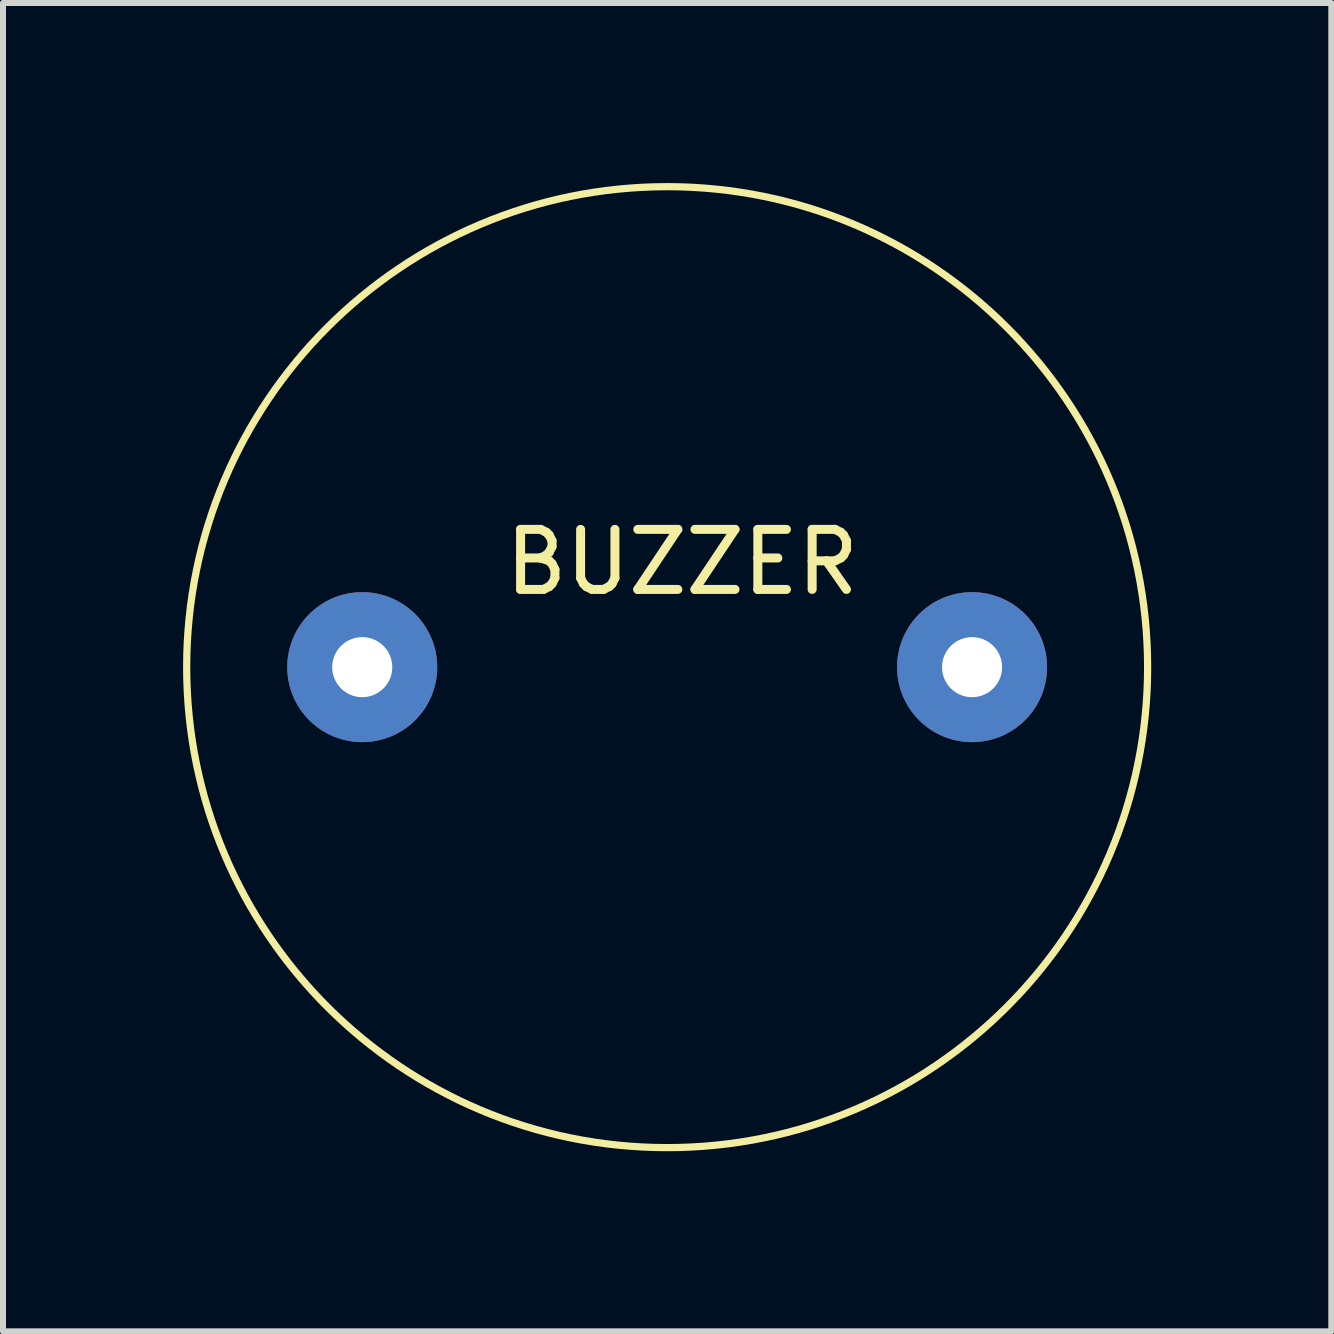
<source format=kicad_pcb>
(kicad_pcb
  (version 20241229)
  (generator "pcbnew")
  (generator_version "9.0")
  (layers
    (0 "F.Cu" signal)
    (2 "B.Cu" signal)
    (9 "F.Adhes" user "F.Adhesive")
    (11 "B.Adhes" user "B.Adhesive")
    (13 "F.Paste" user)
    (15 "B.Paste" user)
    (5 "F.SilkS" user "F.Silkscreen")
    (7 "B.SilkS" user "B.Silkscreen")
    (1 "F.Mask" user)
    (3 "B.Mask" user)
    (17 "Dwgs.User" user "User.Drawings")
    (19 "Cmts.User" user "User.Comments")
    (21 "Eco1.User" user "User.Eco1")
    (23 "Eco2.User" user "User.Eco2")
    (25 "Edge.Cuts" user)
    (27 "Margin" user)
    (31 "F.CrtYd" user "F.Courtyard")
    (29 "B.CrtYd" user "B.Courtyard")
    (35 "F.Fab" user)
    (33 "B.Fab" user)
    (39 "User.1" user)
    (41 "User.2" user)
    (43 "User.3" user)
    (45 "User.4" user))
  (footprint "BUZZER"
    (layer "F.Cu")
    (at 8.065 8.065)
    (property "Reference" "BUZZER" (at 0.249 -1.75 0) (layer "F.SilkS") (effects (font (size 1 1) (thickness 0.15))))
    (attr through_hole)
    (fp_circle (center 0 0) (end 8.001 0.249) (stroke (width 0.12) (type solid)) (fill no) (layer "F.SilkS"))
    (pad "1" thru_hole circle (at -5.08 0) (size 2.499 2.499) (drill 1.001) (layers "*.Cu" "*.Mask"))
    (pad "2" thru_hole circle (at 5.08 0) (size 2.499 2.499) (drill 1.001) (layers "*.Cu" "*.Mask")))
  (gr_rect
    (start -3 -3)
    (end 19.13 19.13)
    (stroke (width 0.1) (type default))
    (fill no)
    (layer "Edge.Cuts")))
</source>
